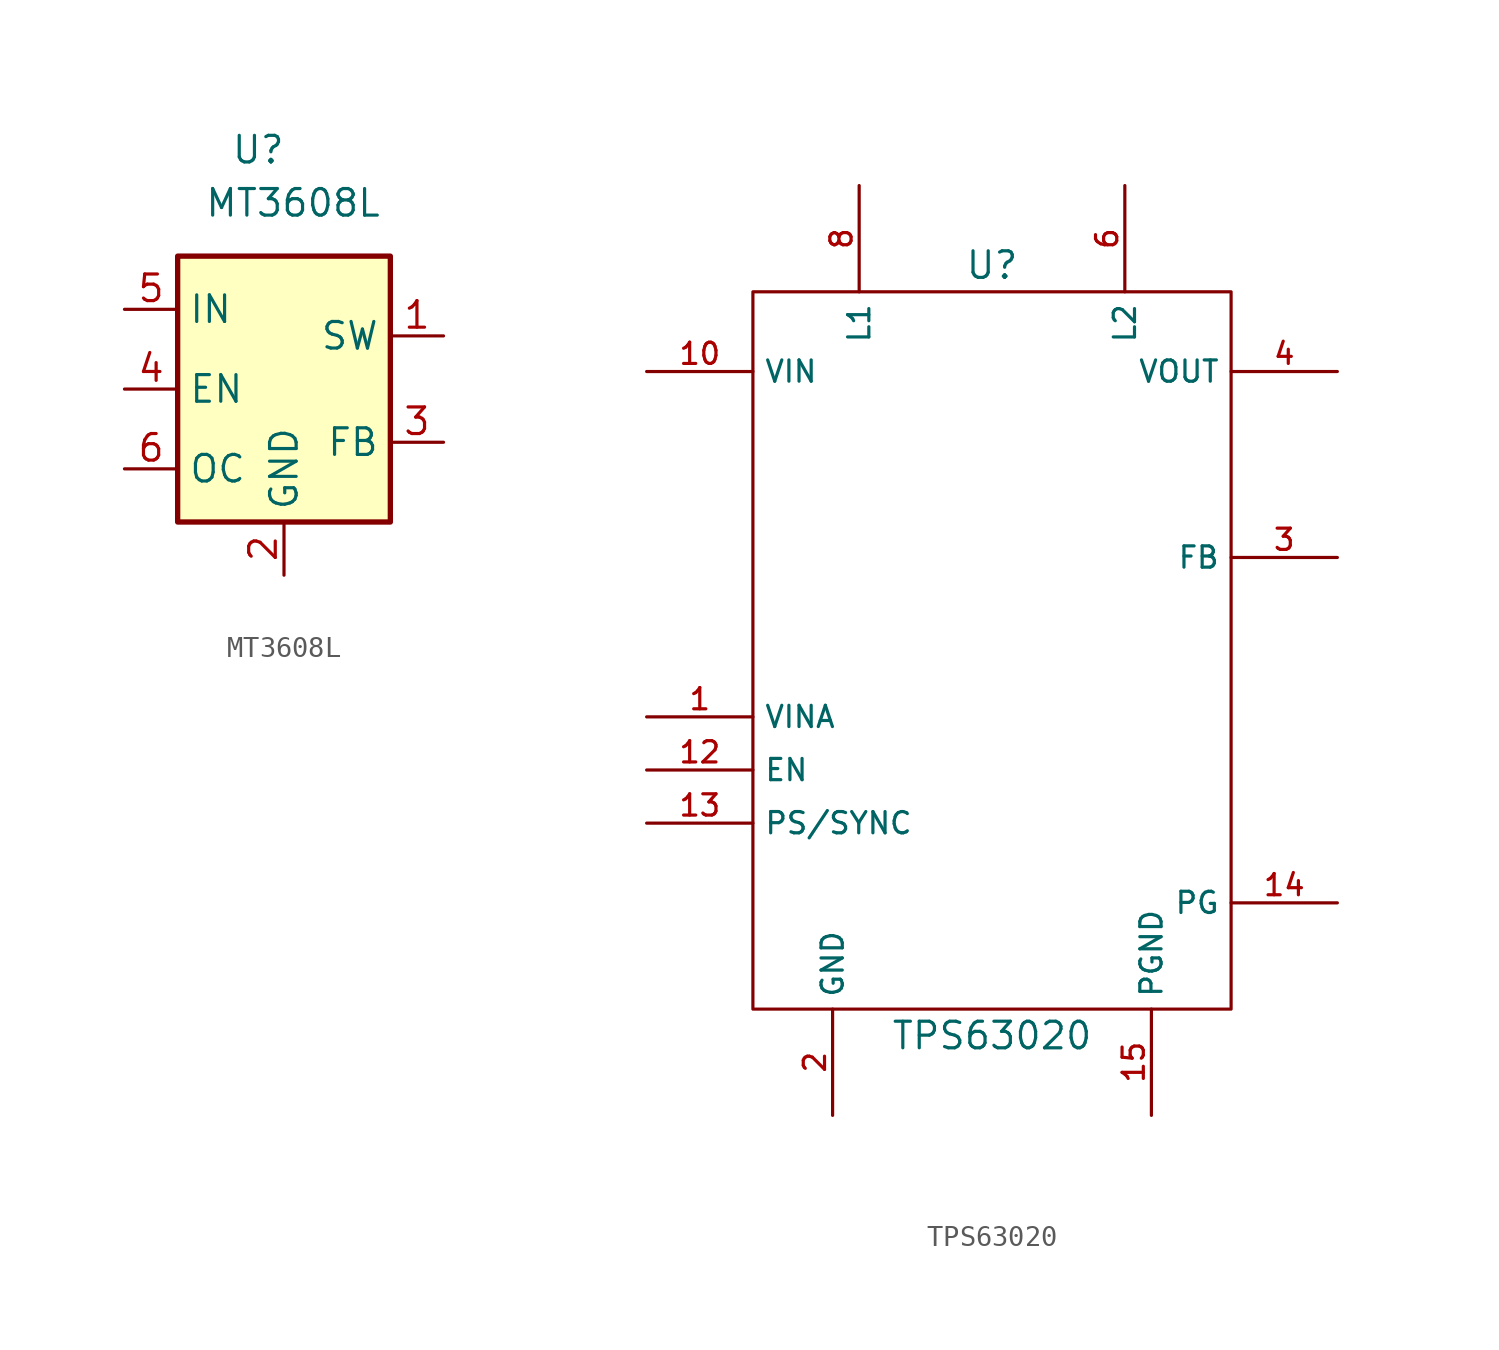
<source format=kicad_sym>
(kicad_symbol_lib
  (version 20211014)
  (generator kicad_symbol_editor)
  (symbol "MT3608L"
    (property "Reference" "U"
      (at -2.54 11.43 0)
      (effects (font (size 1.27 1.27)) (justify left)))
    (property "Value" "MT3608L"
      (at -3.81 8.89 0)
      (effects (font (size 1.27 1.27)) (justify left)))
    (symbol "MT3608L_0_1"
      (rectangle (start -5.08 6.35) (end 5.08 -6.35) (stroke (width 0.254) (type default) (color 0 0 0 0)) (fill (type background))))
    (symbol "MT3608L_1_1"
      (pin passive line (at 7.62 2.54 180) (length 2.54) (name "SW" (effects (font (size 1.27 1.27)))) (number "1" (effects (font (size 1.27 1.27)))))
      (pin power_in line (at 0 -8.89 90) (length 2.54) (name "GND" (effects (font (size 1.27 1.27)))) (number "2" (effects (font (size 1.27 1.27)))))
      (pin input line (at 7.62 -2.54 180) (length 2.54) (name "FB" (effects (font (size 1.27 1.27)))) (number "3" (effects (font (size 1.27 1.27)))))
      (pin input line (at -7.62 0 0) (length 2.54) (name "EN" (effects (font (size 1.27 1.27)))) (number "4" (effects (font (size 1.27 1.27)))))
      (pin power_in line (at -7.62 3.81 0) (length 2.54) (name "IN" (effects (font (size 1.27 1.27)))) (number "5" (effects (font (size 1.27 1.27)))))
      (pin input line (at -7.62 -3.81 0) (length 2.54) (name "OC" (effects (font (size 1.27 1.27)))) (number "6" (effects (font (size 1.27 1.27)))))))
  (symbol "TPS63020"
    (property "Reference" "U"
      (at 0 16.51 0)
      (effects (font (size 1.27 1.27))))
    (property "Value" "TPS63020"
      (at 0 -20.32 0)
      (effects (font (size 1.27 1.27))))
    (symbol "TPS63020_0_1"
      (rectangle (start -11.43 15.24) (end 11.43 -19.05) (stroke (width 0.152) (type default) (color 0 0 0 0)) (fill (type none)))
      (pin power_in line (at -16.51 -5.08 0) (length 5.08) (name "VINA" (effects (font (size 1.016 1.016)))) (number "1" (effects (font (size 1.016 1.016)))))
      (pin power_in line (at -16.51 11.43 0) (length 5.08) (name "VIN" (effects (font (size 1.016 1.016)))) (number "10" (effects (font (size 1.016 1.016)))))
      (pin passive line (at -16.51 11.43 0) (length 5.08) hide (name "VIN" (effects (font (size 1.016 1.016)))) (number "11" (effects (font (size 1.016 1.016)))))
      (pin input line (at -16.51 -7.62 0) (length 5.08) (name "EN" (effects (font (size 1.016 1.016)))) (number "12" (effects (font (size 1.016 1.016)))))
      (pin input line (at -16.51 -10.16 0) (length 5.08) (name "PS/SYNC" (effects (font (size 1.016 1.016)))) (number "13" (effects (font (size 1.016 1.016)))))
      (pin output line (at 16.51 -13.97 180) (length 5.08) (name "PG" (effects (font (size 1.016 1.016)))) (number "14" (effects (font (size 1.016 1.016)))))
      (pin power_in line (at 7.62 -24.13 90) (length 5.08) (name "PGND" (effects (font (size 1.016 1.016)))) (number "15" (effects (font (size 1.016 1.016)))))
      (pin power_in line (at 7.62 -24.13 90) (length 5.08) hide (name "PGND" (effects (font (size 1.016 1.016)))) (number "16" (effects (font (size 1.016 1.016)))))
      (pin power_in line (at 7.62 -24.13 90) (length 5.08) hide (name "PGND" (effects (font (size 1.016 1.016)))) (number "17" (effects (font (size 1.016 1.016)))))
      (pin power_in line (at 7.62 -24.13 90) (length 5.08) hide (name "PGND" (effects (font (size 1.016 1.016)))) (number "18" (effects (font (size 1.016 1.016)))))
      (pin power_in line (at 7.62 -24.13 90) (length 5.08) hide (name "PGND" (effects (font (size 1.016 1.016)))) (number "19" (effects (font (size 1.016 1.016)))))
      (pin power_in line (at -7.62 -24.13 90) (length 5.08) (name "GND" (effects (font (size 1.016 1.016)))) (number "2" (effects (font (size 1.016 1.016)))))
      (pin power_in line (at 7.62 -24.13 90) (length 5.08) hide (name "PGND" (effects (font (size 1.016 1.016)))) (number "20" (effects (font (size 1.016 1.016)))))
      (pin power_in line (at 7.62 -24.13 90) (length 5.08) hide (name "PGND" (effects (font (size 1.016 1.016)))) (number "21" (effects (font (size 1.016 1.016)))))
      (pin power_in line (at 7.62 -24.13 90) (length 5.08) hide (name "PGND" (effects (font (size 1.016 1.016)))) (number "22" (effects (font (size 1.016 1.016)))))
      (pin power_in line (at 7.62 -24.13 90) (length 5.08) hide (name "PGND" (effects (font (size 1.016 1.016)))) (number "23" (effects (font (size 1.016 1.016)))))
      (pin input line (at 16.51 2.54 180) (length 5.08) (name "FB" (effects (font (size 1.016 1.016)))) (number "3" (effects (font (size 1.016 1.016)))))
      (pin power_out line (at 16.51 11.43 180) (length 5.08) (name "VOUT" (effects (font (size 1.016 1.016)))) (number "4" (effects (font (size 1.016 1.016)))))
      (pin passive line (at 16.51 11.43 180) (length 5.08) hide (name "VOUT" (effects (font (size 1.016 1.016)))) (number "5" (effects (font (size 1.016 1.016)))))
      (pin input line (at 6.35 20.32 270) (length 5.08) (name "L2" (effects (font (size 1.016 1.016)))) (number "6" (effects (font (size 1.016 1.016)))))
      (pin input line (at 6.35 20.32 270) (length 5.08) hide (name "L2" (effects (font (size 1.016 1.016)))) (number "7" (effects (font (size 1.016 1.016)))))
      (pin input line (at -6.35 20.32 270) (length 5.08) (name "L1" (effects (font (size 1.016 1.016)))) (number "8" (effects (font (size 1.016 1.016)))))
      (pin input line (at -6.35 20.32 270) (length 5.08) hide (name "L1" (effects (font (size 1.016 1.016)))) (number "9" (effects (font (size 1.016 1.016))))))))
</source>
